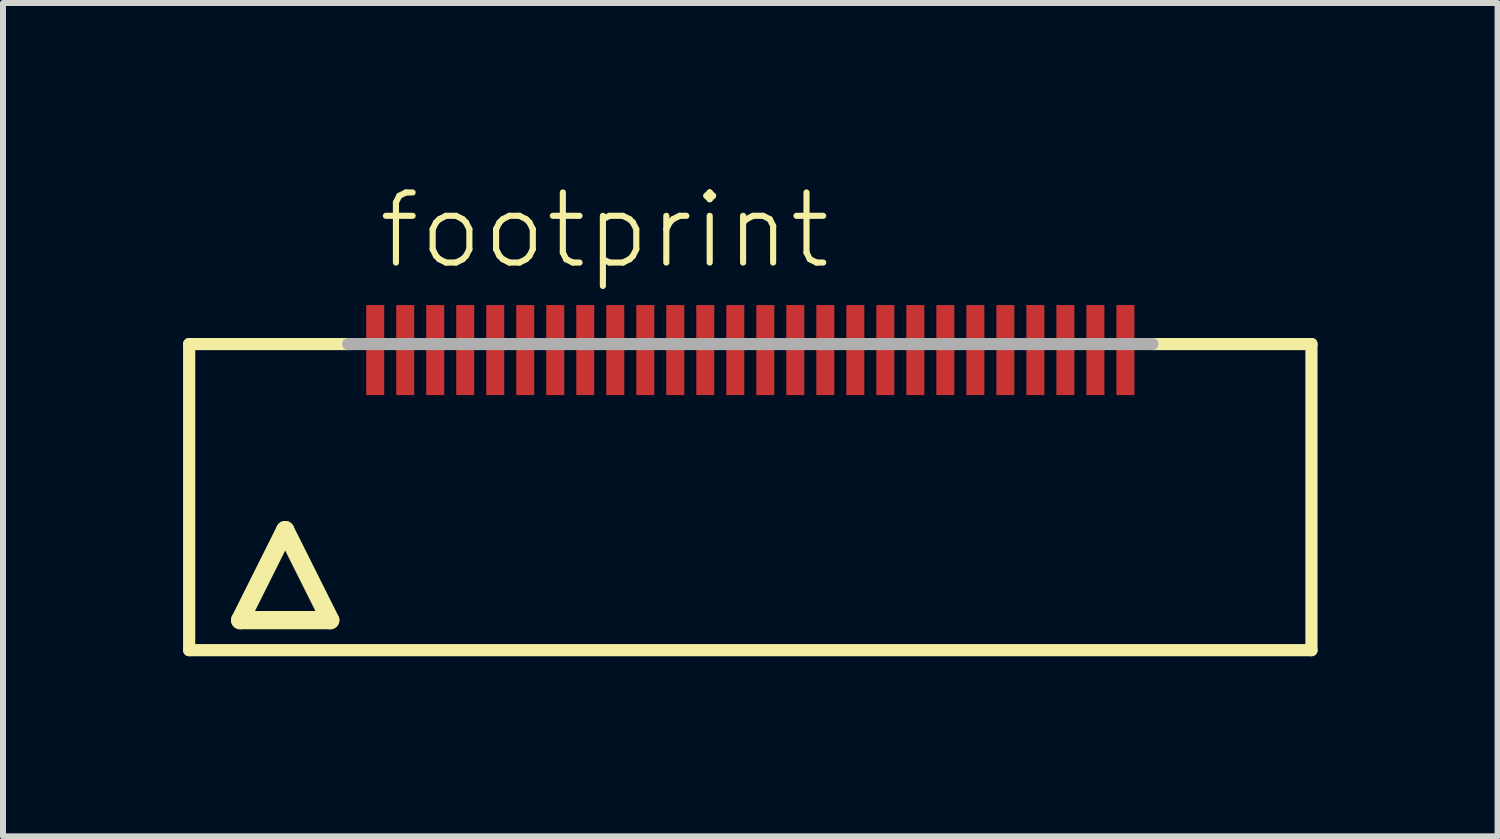
<source format=kicad_pcb>
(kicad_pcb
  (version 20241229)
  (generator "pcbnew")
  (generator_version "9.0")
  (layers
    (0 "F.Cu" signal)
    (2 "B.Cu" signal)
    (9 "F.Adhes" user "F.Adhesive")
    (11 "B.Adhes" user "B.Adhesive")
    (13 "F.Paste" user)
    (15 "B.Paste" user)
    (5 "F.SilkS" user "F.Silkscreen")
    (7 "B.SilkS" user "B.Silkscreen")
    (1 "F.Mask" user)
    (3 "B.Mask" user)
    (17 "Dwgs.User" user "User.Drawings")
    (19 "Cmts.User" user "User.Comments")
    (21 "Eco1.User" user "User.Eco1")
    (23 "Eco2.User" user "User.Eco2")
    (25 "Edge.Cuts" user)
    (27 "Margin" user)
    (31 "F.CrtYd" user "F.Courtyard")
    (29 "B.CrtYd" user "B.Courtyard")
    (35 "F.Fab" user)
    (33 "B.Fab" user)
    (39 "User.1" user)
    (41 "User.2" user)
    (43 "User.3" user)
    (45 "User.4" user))
  (footprint "footprint"
    (layer "F.Cu")
    (at 9.452 5.283)
    (property "Reference" "footprint" (at -6.25 -3.81 0) (layer "F.SilkS") (effects (font (size 1.168 1.168) (thickness 0.102)) (justify left bottom)))
    (fp_line (start -9.35 -2.6) (end -6.7 -2.6) (stroke (width 0.203) (type solid)) (layer "F.SilkS"))
    (fp_line (start -9.35 2.5) (end -9.35 -2.6) (stroke (width 0.203) (type solid)) (layer "F.SilkS"))
    (fp_line (start -8.5 2) (end -7 2) (stroke (width 0.305) (type solid)) (layer "F.SilkS"))
    (fp_line (start -7.75 0.5) (end -8.5 2) (stroke (width 0.305) (type solid)) (layer "F.SilkS"))
    (fp_line (start -7 2) (end -7.75 0.5) (stroke (width 0.305) (type solid)) (layer "F.SilkS"))
    (fp_line (start 6.7 -2.6) (end 9.35 -2.6) (stroke (width 0.203) (type solid)) (layer "F.SilkS"))
    (fp_line (start 9.35 -2.6) (end 9.35 2.5) (stroke (width 0.203) (type solid)) (layer "F.SilkS"))
    (fp_line (start 9.35 2.5) (end -9.35 2.5) (stroke (width 0.203) (type solid)) (layer "F.SilkS"))
    (fp_line (start -6.7 -2.6) (end 6.7 -2.6) (stroke (width 0.203) (type solid)) (layer "F.Fab"))
    (pad "1" smd rect (at -6.25 -2.5) (size 0.3 1.5) (layers "F.Cu" "F.Mask" "F.Paste"))
    (pad "2" smd rect (at -5.75 -2.5) (size 0.3 1.5) (layers "F.Cu" "F.Mask" "F.Paste"))
    (pad "3" smd rect (at -5.25 -2.5) (size 0.3 1.5) (layers "F.Cu" "F.Mask" "F.Paste"))
    (pad "4" smd rect (at -4.75 -2.5) (size 0.3 1.5) (layers "F.Cu" "F.Mask" "F.Paste"))
    (pad "5" smd rect (at -4.25 -2.5) (size 0.3 1.5) (layers "F.Cu" "F.Mask" "F.Paste"))
    (pad "6" smd rect (at -3.75 -2.5) (size 0.3 1.5) (layers "F.Cu" "F.Mask" "F.Paste"))
    (pad "7" smd rect (at -3.25 -2.5) (size 0.3 1.5) (layers "F.Cu" "F.Mask" "F.Paste"))
    (pad "8" smd rect (at -2.75 -2.5) (size 0.3 1.5) (layers "F.Cu" "F.Mask" "F.Paste"))
    (pad "9" smd rect (at -2.25 -2.5) (size 0.3 1.5) (layers "F.Cu" "F.Mask" "F.Paste"))
    (pad "10" smd rect (at -1.75 -2.5) (size 0.3 1.5) (layers "F.Cu" "F.Mask" "F.Paste"))
    (pad "11" smd rect (at -1.25 -2.5) (size 0.3 1.5) (layers "F.Cu" "F.Mask" "F.Paste"))
    (pad "12" smd rect (at -0.75 -2.5) (size 0.3 1.5) (layers "F.Cu" "F.Mask" "F.Paste"))
    (pad "13" smd rect (at -0.25 -2.5) (size 0.3 1.5) (layers "F.Cu" "F.Mask" "F.Paste"))
    (pad "14" smd rect (at 0.25 -2.5) (size 0.3 1.5) (layers "F.Cu" "F.Mask" "F.Paste"))
    (pad "15" smd rect (at 0.75 -2.5) (size 0.3 1.5) (layers "F.Cu" "F.Mask" "F.Paste"))
    (pad "16" smd rect (at 1.25 -2.5) (size 0.3 1.5) (layers "F.Cu" "F.Mask" "F.Paste"))
    (pad "17" smd rect (at 1.75 -2.5) (size 0.3 1.5) (layers "F.Cu" "F.Mask" "F.Paste"))
    (pad "18" smd rect (at 2.25 -2.5) (size 0.3 1.5) (layers "F.Cu" "F.Mask" "F.Paste"))
    (pad "19" smd rect (at 2.75 -2.5) (size 0.3 1.5) (layers "F.Cu" "F.Mask" "F.Paste"))
    (pad "20" smd rect (at 3.25 -2.5) (size 0.3 1.5) (layers "F.Cu" "F.Mask" "F.Paste"))
    (pad "21" smd rect (at 3.75 -2.5) (size 0.3 1.5) (layers "F.Cu" "F.Mask" "F.Paste"))
    (pad "22" smd rect (at 4.25 -2.5) (size 0.3 1.5) (layers "F.Cu" "F.Mask" "F.Paste"))
    (pad "23" smd rect (at 4.75 -2.5) (size 0.3 1.5) (layers "F.Cu" "F.Mask" "F.Paste"))
    (pad "24" smd rect (at 5.25 -2.5) (size 0.3 1.5) (layers "F.Cu" "F.Mask" "F.Paste"))
    (pad "25" smd rect (at 5.75 -2.5) (size 0.3 1.5) (layers "F.Cu" "F.Mask" "F.Paste"))
    (pad "26" smd rect (at 6.25 -2.5) (size 0.3 1.5) (layers "F.Cu" "F.Mask" "F.Paste")))
  (gr_rect
    (start -3 -3)
    (end 21.903 10.885)
    (stroke (width 0.1) (type default))
    (fill no)
    (layer "Edge.Cuts")))
</source>
